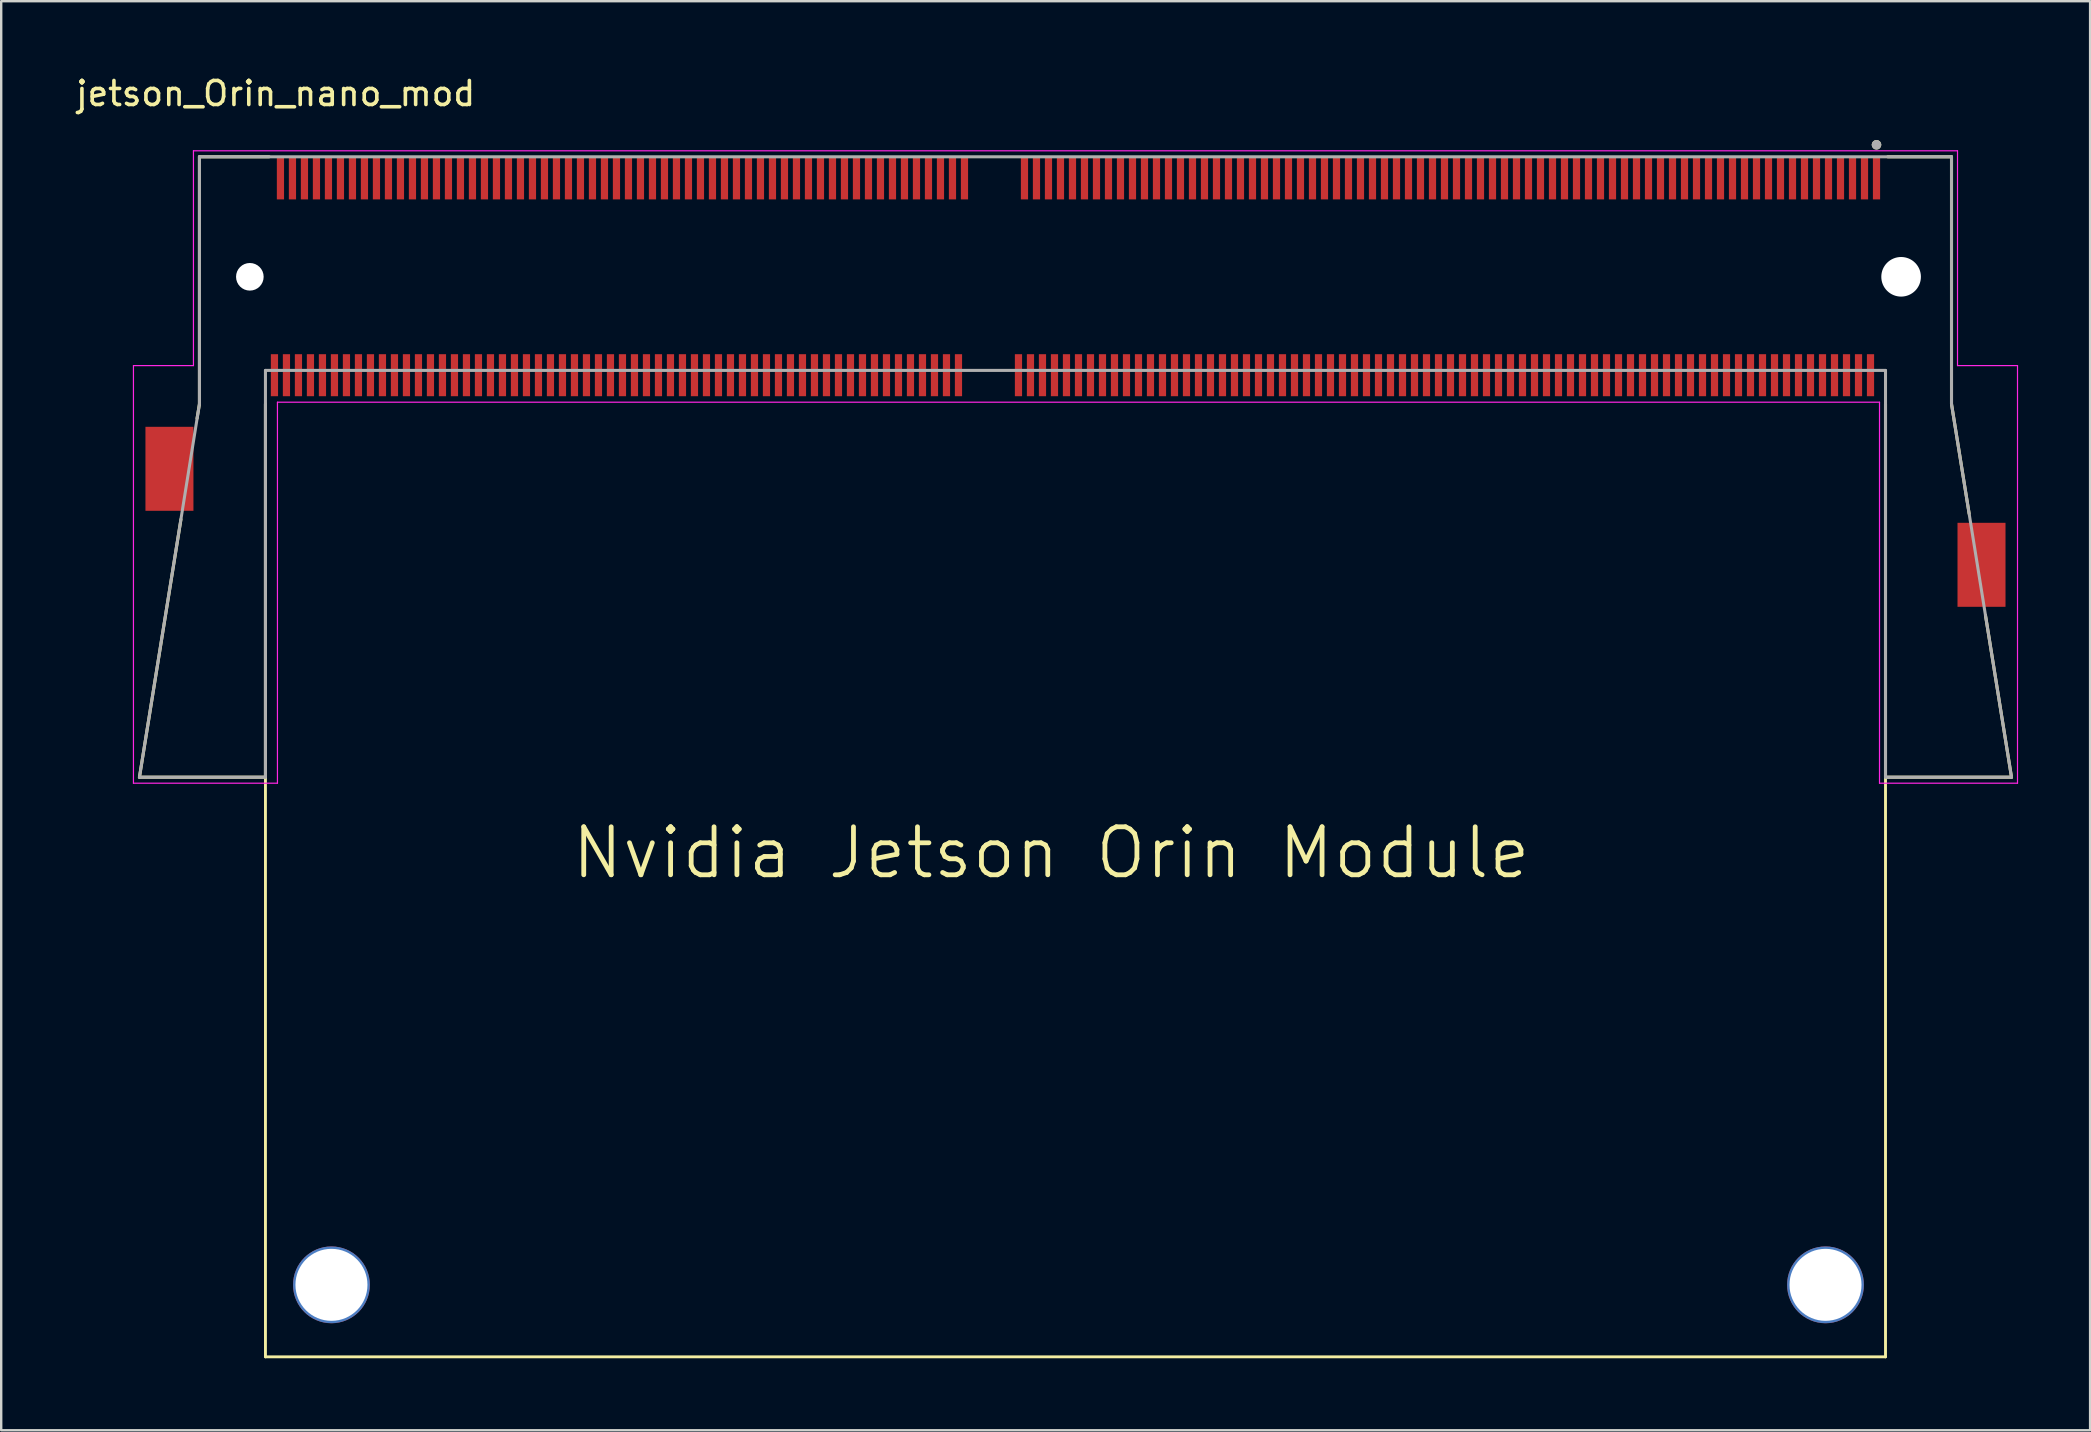
<source format=kicad_pcb>
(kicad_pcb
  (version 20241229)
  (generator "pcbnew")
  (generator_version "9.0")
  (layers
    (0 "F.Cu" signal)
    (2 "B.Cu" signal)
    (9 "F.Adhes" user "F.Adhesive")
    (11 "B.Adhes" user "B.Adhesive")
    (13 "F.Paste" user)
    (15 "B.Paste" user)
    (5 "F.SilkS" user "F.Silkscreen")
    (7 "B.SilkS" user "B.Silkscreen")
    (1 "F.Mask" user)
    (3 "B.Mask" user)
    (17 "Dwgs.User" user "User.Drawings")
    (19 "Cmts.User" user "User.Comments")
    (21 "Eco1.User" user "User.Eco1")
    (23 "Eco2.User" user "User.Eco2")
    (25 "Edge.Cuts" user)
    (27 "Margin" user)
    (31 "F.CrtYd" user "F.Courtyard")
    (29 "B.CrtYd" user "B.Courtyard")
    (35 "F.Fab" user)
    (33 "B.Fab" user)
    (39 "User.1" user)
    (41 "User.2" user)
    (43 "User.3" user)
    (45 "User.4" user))
  (footprint "jetson_Orin_nano_mod"
    (layer "F.Cu")
    (at 38.26 8.483)
    (property "Reference" "jetson_Orin_nano_mod" (at -29.825 -7.635 180) (layer "F.SilkS") (effects (font (size 1 1) (thickness 0.15))))
    (attr smd)
    (fp_line (start -35.5 20.85) (end -33.77 10.105) (stroke (width 0.127) (type solid)) (layer "F.SilkS"))
    (fp_line (start -35.5 20.85) (end -30.25 20.85) (stroke (width 0.127) (type solid)) (layer "F.SilkS"))
    (fp_line (start -33 -5) (end -33 5.3) (stroke (width 0.127) (type solid)) (layer "F.SilkS"))
    (fp_line (start -33 5.3) (end -33.1 5.9) (stroke (width 0.127) (type solid)) (layer "F.SilkS"))
    (fp_line (start -30.25 5.3) (end -30.25 45) (stroke (width 0.12) (type solid)) (layer "F.SilkS"))
    (fp_line (start -30.25 20.85) (end -30.25 5.3) (stroke (width 0.127) (type solid)) (layer "F.SilkS"))
    (fp_line (start -30.25 45) (end 37.25 45) (stroke (width 0.12) (type solid)) (layer "F.SilkS"))
    (fp_line (start -30.095 -5) (end -33 -5) (stroke (width 0.127) (type solid)) (layer "F.SilkS"))
    (fp_line (start 37.25 5.3) (end 37.25 20.85) (stroke (width 0.127) (type solid)) (layer "F.SilkS"))
    (fp_line (start 37.25 20.85) (end 42.5 20.85) (stroke (width 0.127) (type solid)) (layer "F.SilkS"))
    (fp_line (start 37.25 45) (end 37.25 5.3) (stroke (width 0.12) (type solid)) (layer "F.SilkS"))
    (fp_line (start 40 -5) (end 37.345 -5) (stroke (width 0.127) (type solid)) (layer "F.SilkS"))
    (fp_line (start 40 5.3) (end 40 -5) (stroke (width 0.127) (type solid)) (layer "F.SilkS"))
    (fp_line (start 40 5.3) (end 40.735 9.87) (stroke (width 0.127) (type solid)) (layer "F.SilkS"))
    (fp_line (start 42.5 20.85) (end 41.415 14.1) (stroke (width 0.127) (type solid)) (layer "F.SilkS"))
    (fp_circle (center 36.875 -5.5) (end 36.975 -5.5) (stroke (width 0.2) (type solid)) (fill no) (layer "F.SilkS"))
    (fp_line (start -35.75 3.7) (end -33.25 3.7) (stroke (width 0.05) (type solid)) (layer "F.CrtYd"))
    (fp_line (start -35.75 21.1) (end -35.75 3.7) (stroke (width 0.05) (type solid)) (layer "F.CrtYd"))
    (fp_line (start -33.25 -5.25) (end 40.25 -5.25) (stroke (width 0.05) (type solid)) (layer "F.CrtYd"))
    (fp_line (start -33.25 3.7) (end -33.25 -5.25) (stroke (width 0.05) (type solid)) (layer "F.CrtYd"))
    (fp_line (start -29.75 5.225) (end -29.75 21.1) (stroke (width 0.05) (type solid)) (layer "F.CrtYd"))
    (fp_line (start -29.75 21.1) (end -35.75 21.1) (stroke (width 0.05) (type solid)) (layer "F.CrtYd"))
    (fp_line (start 37 5.225) (end -29.75 5.225) (stroke (width 0.05) (type solid)) (layer "F.CrtYd"))
    (fp_line (start 37 21.1) (end 37 5.225) (stroke (width 0.05) (type solid)) (layer "F.CrtYd"))
    (fp_line (start 40.25 -5.25) (end 40.25 3.7) (stroke (width 0.05) (type solid)) (layer "F.CrtYd"))
    (fp_line (start 40.25 3.7) (end 42.75 3.7) (stroke (width 0.05) (type solid)) (layer "F.CrtYd"))
    (fp_line (start 42.75 3.7) (end 42.75 21.1) (stroke (width 0.05) (type solid)) (layer "F.CrtYd"))
    (fp_line (start 42.75 21.1) (end 37 21.1) (stroke (width 0.05) (type solid)) (layer "F.CrtYd"))
    (fp_line (start -35.5 20.85) (end -30.25 20.85) (stroke (width 0.127) (type solid)) (layer "F.Fab"))
    (fp_line (start -33 -5) (end -33 5.3) (stroke (width 0.127) (type solid)) (layer "F.Fab"))
    (fp_line (start -33 5.3) (end -35.5 20.85) (stroke (width 0.127) (type solid)) (layer "F.Fab"))
    (fp_line (start -30.25 3.9) (end 37.25 3.9) (stroke (width 0.127) (type solid)) (layer "F.Fab"))
    (fp_line (start -30.25 20.85) (end -30.25 3.9) (stroke (width 0.127) (type solid)) (layer "F.Fab"))
    (fp_line (start 37.25 3.9) (end 37.25 20.85) (stroke (width 0.127) (type solid)) (layer "F.Fab"))
    (fp_line (start 37.25 20.85) (end 42.5 20.85) (stroke (width 0.127) (type solid)) (layer "F.Fab"))
    (fp_line (start 40 -5) (end -33 -5) (stroke (width 0.127) (type solid)) (layer "F.Fab"))
    (fp_line (start 40 5.3) (end 40 -5) (stroke (width 0.127) (type solid)) (layer "F.Fab"))
    (fp_line (start 42.5 20.85) (end 40 5.3) (stroke (width 0.127) (type solid)) (layer "F.Fab"))
    (fp_circle (center 36.875 -5.5) (end 36.975 -5.5) (stroke (width 0.2) (type solid)) (fill no) (layer "F.Fab"))
    (fp_text user "Nvidia Jetson Orin Module " (at 3.25 24 0) (unlocked yes) (layer "F.SilkS") (effects (font (size 2 2) (thickness 0.2))))
    (pad "" np_thru_hole circle (at -30.9 0) (size 1.15 1.15) (drill 1.15) (layers "*.Cu" "*.Mask"))
    (pad "" thru_hole circle (at -27.5 42) (size 3.2 3.2) (drill 3) (layers "*.Cu" "*.Mask"))
    (pad "" thru_hole circle (at 34.75 42) (size 3.2 3.2) (drill 3) (layers "*.Cu" "*.Mask"))
    (pad "" np_thru_hole circle (at 37.9 0) (size 1.65 1.65) (drill 1.65) (layers "*.Cu" "*.Mask"))
    (pad "1" smd rect (at 36.875 -4.1 90) (size 1.75 0.3) (layers "F.Cu" "F.Mask" "F.Paste"))
    (pad "2" smd rect (at 36.625 4.1 90) (size 1.75 0.3) (layers "F.Cu" "F.Mask" "F.Paste"))
    (pad "3" smd rect (at 36.375 -4.1 90) (size 1.75 0.3) (layers "F.Cu" "F.Mask" "F.Paste"))
    (pad "4" smd rect (at 36.125 4.1 90) (size 1.75 0.3) (layers "F.Cu" "F.Mask" "F.Paste"))
    (pad "5" smd rect (at 35.875 -4.1 90) (size 1.75 0.3) (layers "F.Cu" "F.Mask" "F.Paste"))
    (pad "6" smd rect (at 35.625 4.1 90) (size 1.75 0.3) (layers "F.Cu" "F.Mask" "F.Paste"))
    (pad "7" smd rect (at 35.375 -4.1 90) (size 1.75 0.3) (layers "F.Cu" "F.Mask" "F.Paste"))
    (pad "8" smd rect (at 35.125 4.1 90) (size 1.75 0.3) (layers "F.Cu" "F.Mask" "F.Paste"))
    (pad "9" smd rect (at 34.875 -4.1 90) (size 1.75 0.3) (layers "F.Cu" "F.Mask" "F.Paste"))
    (pad "10" smd rect (at 34.625 4.1 90) (size 1.75 0.3) (layers "F.Cu" "F.Mask" "F.Paste"))
    (pad "11" smd rect (at 34.375 -4.1 90) (size 1.75 0.3) (layers "F.Cu" "F.Mask" "F.Paste"))
    (pad "12" smd rect (at 34.125 4.1 90) (size 1.75 0.3) (layers "F.Cu" "F.Mask" "F.Paste"))
    (pad "13" smd rect (at 33.875 -4.1 90) (size 1.75 0.3) (layers "F.Cu" "F.Mask" "F.Paste"))
    (pad "14" smd rect (at 33.625 4.1 90) (size 1.75 0.3) (layers "F.Cu" "F.Mask" "F.Paste"))
    (pad "15" smd rect (at 33.375 -4.1 90) (size 1.75 0.3) (layers "F.Cu" "F.Mask" "F.Paste"))
    (pad "16" smd rect (at 33.125 4.1 90) (size 1.75 0.3) (layers "F.Cu" "F.Mask" "F.Paste"))
    (pad "17" smd rect (at 32.875 -4.1 90) (size 1.75 0.3) (layers "F.Cu" "F.Mask" "F.Paste"))
    (pad "18" smd rect (at 32.625 4.1 90) (size 1.75 0.3) (layers "F.Cu" "F.Mask" "F.Paste"))
    (pad "19" smd rect (at 32.375 -4.1 90) (size 1.75 0.3) (layers "F.Cu" "F.Mask" "F.Paste"))
    (pad "20" smd rect (at 32.125 4.1 90) (size 1.75 0.3) (layers "F.Cu" "F.Mask" "F.Paste"))
    (pad "21" smd rect (at 31.875 -4.1 90) (size 1.75 0.3) (layers "F.Cu" "F.Mask" "F.Paste"))
    (pad "22" smd rect (at 31.625 4.1 90) (size 1.75 0.3) (layers "F.Cu" "F.Mask" "F.Paste"))
    (pad "23" smd rect (at 31.375 -4.1 90) (size 1.75 0.3) (layers "F.Cu" "F.Mask" "F.Paste"))
    (pad "24" smd rect (at 31.125 4.1 90) (size 1.75 0.3) (layers "F.Cu" "F.Mask" "F.Paste"))
    (pad "25" smd rect (at 30.875 -4.1 90) (size 1.75 0.3) (layers "F.Cu" "F.Mask" "F.Paste"))
    (pad "26" smd rect (at 30.625 4.1 90) (size 1.75 0.3) (layers "F.Cu" "F.Mask" "F.Paste"))
    (pad "27" smd rect (at 30.375 -4.1 90) (size 1.75 0.3) (layers "F.Cu" "F.Mask" "F.Paste"))
    (pad "28" smd rect (at 30.125 4.1 90) (size 1.75 0.3) (layers "F.Cu" "F.Mask" "F.Paste"))
    (pad "29" smd rect (at 29.875 -4.1 90) (size 1.75 0.3) (layers "F.Cu" "F.Mask" "F.Paste"))
    (pad "30" smd rect (at 29.625 4.1 90) (size 1.75 0.3) (layers "F.Cu" "F.Mask" "F.Paste"))
    (pad "31" smd rect (at 29.375 -4.1 90) (size 1.75 0.3) (layers "F.Cu" "F.Mask" "F.Paste"))
    (pad "32" smd rect (at 29.125 4.1 90) (size 1.75 0.3) (layers "F.Cu" "F.Mask" "F.Paste"))
    (pad "33" smd rect (at 28.875 -4.1 90) (size 1.75 0.3) (layers "F.Cu" "F.Mask" "F.Paste"))
    (pad "34" smd rect (at 28.625 4.1 90) (size 1.75 0.3) (layers "F.Cu" "F.Mask" "F.Paste"))
    (pad "35" smd rect (at 28.375 -4.1 90) (size 1.75 0.3) (layers "F.Cu" "F.Mask" "F.Paste"))
    (pad "36" smd rect (at 28.125 4.1 90) (size 1.75 0.3) (layers "F.Cu" "F.Mask" "F.Paste"))
    (pad "37" smd rect (at 27.875 -4.1 90) (size 1.75 0.3) (layers "F.Cu" "F.Mask" "F.Paste"))
    (pad "38" smd rect (at 27.625 4.1 90) (size 1.75 0.3) (layers "F.Cu" "F.Mask" "F.Paste"))
    (pad "39" smd rect (at 27.375 -4.1 90) (size 1.75 0.3) (layers "F.Cu" "F.Mask" "F.Paste"))
    (pad "40" smd rect (at 27.125 4.1 90) (size 1.75 0.3) (layers "F.Cu" "F.Mask" "F.Paste"))
    (pad "41" smd rect (at 26.875 -4.1 90) (size 1.75 0.3) (layers "F.Cu" "F.Mask" "F.Paste"))
    (pad "42" smd rect (at 26.625 4.1 90) (size 1.75 0.3) (layers "F.Cu" "F.Mask" "F.Paste"))
    (pad "43" smd rect (at 26.375 -4.1 90) (size 1.75 0.3) (layers "F.Cu" "F.Mask" "F.Paste"))
    (pad "44" smd rect (at 26.125 4.1 90) (size 1.75 0.3) (layers "F.Cu" "F.Mask" "F.Paste"))
    (pad "45" smd rect (at 25.875 -4.1 90) (size 1.75 0.3) (layers "F.Cu" "F.Mask" "F.Paste"))
    (pad "46" smd rect (at 25.625 4.1 90) (size 1.75 0.3) (layers "F.Cu" "F.Mask" "F.Paste"))
    (pad "47" smd rect (at 25.375 -4.1 90) (size 1.75 0.3) (layers "F.Cu" "F.Mask" "F.Paste"))
    (pad "48" smd rect (at 25.125 4.1 90) (size 1.75 0.3) (layers "F.Cu" "F.Mask" "F.Paste"))
    (pad "49" smd rect (at 24.875 -4.1 90) (size 1.75 0.3) (layers "F.Cu" "F.Mask" "F.Paste"))
    (pad "50" smd rect (at 24.625 4.1 90) (size 1.75 0.3) (layers "F.Cu" "F.Mask" "F.Paste"))
    (pad "51" smd rect (at 24.375 -4.1 90) (size 1.75 0.3) (layers "F.Cu" "F.Mask" "F.Paste"))
    (pad "52" smd rect (at 24.125 4.1 90) (size 1.75 0.3) (layers "F.Cu" "F.Mask" "F.Paste"))
    (pad "53" smd rect (at 23.875 -4.1 90) (size 1.75 0.3) (layers "F.Cu" "F.Mask" "F.Paste"))
    (pad "54" smd rect (at 23.625 4.1 90) (size 1.75 0.3) (layers "F.Cu" "F.Mask" "F.Paste"))
    (pad "55" smd rect (at 23.375 -4.1 90) (size 1.75 0.3) (layers "F.Cu" "F.Mask" "F.Paste"))
    (pad "56" smd rect (at 23.125 4.1 90) (size 1.75 0.3) (layers "F.Cu" "F.Mask" "F.Paste"))
    (pad "57" smd rect (at 22.875 -4.1 90) (size 1.75 0.3) (layers "F.Cu" "F.Mask" "F.Paste"))
    (pad "58" smd rect (at 22.625 4.1 90) (size 1.75 0.3) (layers "F.Cu" "F.Mask" "F.Paste"))
    (pad "59" smd rect (at 22.375 -4.1 90) (size 1.75 0.3) (layers "F.Cu" "F.Mask" "F.Paste"))
    (pad "60" smd rect (at 22.125 4.1 90) (size 1.75 0.3) (layers "F.Cu" "F.Mask" "F.Paste"))
    (pad "61" smd rect (at 21.875 -4.1 90) (size 1.75 0.3) (layers "F.Cu" "F.Mask" "F.Paste"))
    (pad "62" smd rect (at 21.625 4.1 90) (size 1.75 0.3) (layers "F.Cu" "F.Mask" "F.Paste"))
    (pad "63" smd rect (at 21.375 -4.1 90) (size 1.75 0.3) (layers "F.Cu" "F.Mask" "F.Paste"))
    (pad "64" smd rect (at 21.125 4.1 90) (size 1.75 0.3) (layers "F.Cu" "F.Mask" "F.Paste"))
    (pad "65" smd rect (at 20.875 -4.1 90) (size 1.75 0.3) (layers "F.Cu" "F.Mask" "F.Paste"))
    (pad "66" smd rect (at 20.625 4.1 90) (size 1.75 0.3) (layers "F.Cu" "F.Mask" "F.Paste"))
    (pad "67" smd rect (at 20.375 -4.1 90) (size 1.75 0.3) (layers "F.Cu" "F.Mask" "F.Paste"))
    (pad "68" smd rect (at 20.125 4.1 90) (size 1.75 0.3) (layers "F.Cu" "F.Mask" "F.Paste"))
    (pad "69" smd rect (at 19.875 -4.1 90) (size 1.75 0.3) (layers "F.Cu" "F.Mask" "F.Paste"))
    (pad "70" smd rect (at 19.625 4.1 90) (size 1.75 0.3) (layers "F.Cu" "F.Mask" "F.Paste"))
    (pad "71" smd rect (at 19.375 -4.1 90) (size 1.75 0.3) (layers "F.Cu" "F.Mask" "F.Paste"))
    (pad "72" smd rect (at 19.125 4.1 90) (size 1.75 0.3) (layers "F.Cu" "F.Mask" "F.Paste"))
    (pad "73" smd rect (at 18.875 -4.1 90) (size 1.75 0.3) (layers "F.Cu" "F.Mask" "F.Paste"))
    (pad "74" smd rect (at 18.625 4.1 90) (size 1.75 0.3) (layers "F.Cu" "F.Mask" "F.Paste"))
    (pad "75" smd rect (at 18.375 -4.1 90) (size 1.75 0.3) (layers "F.Cu" "F.Mask" "F.Paste"))
    (pad "76" smd rect (at 18.125 4.1 90) (size 1.75 0.3) (layers "F.Cu" "F.Mask" "F.Paste"))
    (pad "77" smd rect (at 17.875 -4.1 90) (size 1.75 0.3) (layers "F.Cu" "F.Mask" "F.Paste"))
    (pad "78" smd rect (at 17.625 4.1 90) (size 1.75 0.3) (layers "F.Cu" "F.Mask" "F.Paste"))
    (pad "79" smd rect (at 17.375 -4.1 90) (size 1.75 0.3) (layers "F.Cu" "F.Mask" "F.Paste"))
    (pad "80" smd rect (at 17.125 4.1 90) (size 1.75 0.3) (layers "F.Cu" "F.Mask" "F.Paste"))
    (pad "81" smd rect (at 16.875 -4.1 90) (size 1.75 0.3) (layers "F.Cu" "F.Mask" "F.Paste"))
    (pad "82" smd rect (at 16.625 4.1 90) (size 1.75 0.3) (layers "F.Cu" "F.Mask" "F.Paste"))
    (pad "83" smd rect (at 16.375 -4.1 90) (size 1.75 0.3) (layers "F.Cu" "F.Mask" "F.Paste"))
    (pad "84" smd rect (at 16.125 4.1 90) (size 1.75 0.3) (layers "F.Cu" "F.Mask" "F.Paste"))
    (pad "85" smd rect (at 15.875 -4.1 90) (size 1.75 0.3) (layers "F.Cu" "F.Mask" "F.Paste"))
    (pad "86" smd rect (at 15.625 4.1 90) (size 1.75 0.3) (layers "F.Cu" "F.Mask" "F.Paste"))
    (pad "87" smd rect (at 15.375 -4.1 90) (size 1.75 0.3) (layers "F.Cu" "F.Mask" "F.Paste"))
    (pad "88" smd rect (at 15.125 4.1 90) (size 1.75 0.3) (layers "F.Cu" "F.Mask" "F.Paste"))
    (pad "89" smd rect (at 14.875 -4.1 90) (size 1.75 0.3) (layers "F.Cu" "F.Mask" "F.Paste"))
    (pad "90" smd rect (at 14.625 4.1 90) (size 1.75 0.3) (layers "F.Cu" "F.Mask" "F.Paste"))
    (pad "91" smd rect (at 14.375 -4.1 90) (size 1.75 0.3) (layers "F.Cu" "F.Mask" "F.Paste"))
    (pad "92" smd rect (at 14.125 4.1 90) (size 1.75 0.3) (layers "F.Cu" "F.Mask" "F.Paste"))
    (pad "93" smd rect (at 13.875 -4.1 90) (size 1.75 0.3) (layers "F.Cu" "F.Mask" "F.Paste"))
    (pad "94" smd rect (at 13.625 4.1 90) (size 1.75 0.3) (layers "F.Cu" "F.Mask" "F.Paste"))
    (pad "95" smd rect (at 13.375 -4.1 90) (size 1.75 0.3) (layers "F.Cu" "F.Mask" "F.Paste"))
    (pad "96" smd rect (at 13.125 4.1 90) (size 1.75 0.3) (layers "F.Cu" "F.Mask" "F.Paste"))
    (pad "97" smd rect (at 12.875 -4.1 90) (size 1.75 0.3) (layers "F.Cu" "F.Mask" "F.Paste"))
    (pad "98" smd rect (at 12.625 4.1 90) (size 1.75 0.3) (layers "F.Cu" "F.Mask" "F.Paste"))
    (pad "99" smd rect (at 12.375 -4.1 90) (size 1.75 0.3) (layers "F.Cu" "F.Mask" "F.Paste"))
    (pad "100" smd rect (at 12.125 4.1 90) (size 1.75 0.3) (layers "F.Cu" "F.Mask" "F.Paste"))
    (pad "101" smd rect (at 11.875 -4.1 90) (size 1.75 0.3) (layers "F.Cu" "F.Mask" "F.Paste"))
    (pad "102" smd rect (at 11.625 4.1 90) (size 1.75 0.3) (layers "F.Cu" "F.Mask" "F.Paste"))
    (pad "103" smd rect (at 11.375 -4.1 90) (size 1.75 0.3) (layers "F.Cu" "F.Mask" "F.Paste"))
    (pad "104" smd rect (at 11.125 4.1 90) (size 1.75 0.3) (layers "F.Cu" "F.Mask" "F.Paste"))
    (pad "105" smd rect (at 10.875 -4.1 90) (size 1.75 0.3) (layers "F.Cu" "F.Mask" "F.Paste"))
    (pad "106" smd rect (at 10.625 4.1 90) (size 1.75 0.3) (layers "F.Cu" "F.Mask" "F.Paste"))
    (pad "107" smd rect (at 10.375 -4.1 90) (size 1.75 0.3) (layers "F.Cu" "F.Mask" "F.Paste"))
    (pad "108" smd rect (at 10.125 4.1 90) (size 1.75 0.3) (layers "F.Cu" "F.Mask" "F.Paste"))
    (pad "109" smd rect (at 9.875 -4.1 90) (size 1.75 0.3) (layers "F.Cu" "F.Mask" "F.Paste"))
    (pad "110" smd rect (at 9.625 4.1 90) (size 1.75 0.3) (layers "F.Cu" "F.Mask" "F.Paste"))
    (pad "111" smd rect (at 9.375 -4.1 90) (size 1.75 0.3) (layers "F.Cu" "F.Mask" "F.Paste"))
    (pad "112" smd rect (at 9.125 4.1 90) (size 1.75 0.3) (layers "F.Cu" "F.Mask" "F.Paste"))
    (pad "113" smd rect (at 8.875 -4.1 90) (size 1.75 0.3) (layers "F.Cu" "F.Mask" "F.Paste"))
    (pad "114" smd rect (at 8.625 4.1 90) (size 1.75 0.3) (layers "F.Cu" "F.Mask" "F.Paste"))
    (pad "115" smd rect (at 8.375 -4.1 90) (size 1.75 0.3) (layers "F.Cu" "F.Mask" "F.Paste"))
    (pad "116" smd rect (at 8.125 4.1 90) (size 1.75 0.3) (layers "F.Cu" "F.Mask" "F.Paste"))
    (pad "117" smd rect (at 7.875 -4.1 90) (size 1.75 0.3) (layers "F.Cu" "F.Mask" "F.Paste"))
    (pad "118" smd rect (at 7.625 4.1 90) (size 1.75 0.3) (layers "F.Cu" "F.Mask" "F.Paste"))
    (pad "119" smd rect (at 7.375 -4.1 90) (size 1.75 0.3) (layers "F.Cu" "F.Mask" "F.Paste"))
    (pad "120" smd rect (at 7.125 4.1 90) (size 1.75 0.3) (layers "F.Cu" "F.Mask" "F.Paste"))
    (pad "121" smd rect (at 6.875 -4.1 90) (size 1.75 0.3) (layers "F.Cu" "F.Mask" "F.Paste"))
    (pad "122" smd rect (at 6.625 4.1 90) (size 1.75 0.3) (layers "F.Cu" "F.Mask" "F.Paste"))
    (pad "123" smd rect (at 6.375 -4.1 90) (size 1.75 0.3) (layers "F.Cu" "F.Mask" "F.Paste"))
    (pad "124" smd rect (at 6.125 4.1 90) (size 1.75 0.3) (layers "F.Cu" "F.Mask" "F.Paste"))
    (pad "125" smd rect (at 5.875 -4.1 90) (size 1.75 0.3) (layers "F.Cu" "F.Mask" "F.Paste"))
    (pad "126" smd rect (at 5.625 4.1 90) (size 1.75 0.3) (layers "F.Cu" "F.Mask" "F.Paste"))
    (pad "127" smd rect (at 5.375 -4.1 90) (size 1.75 0.3) (layers "F.Cu" "F.Mask" "F.Paste"))
    (pad "128" smd rect (at 5.125 4.1 90) (size 1.75 0.3) (layers "F.Cu" "F.Mask" "F.Paste"))
    (pad "129" smd rect (at 4.875 -4.1 90) (size 1.75 0.3) (layers "F.Cu" "F.Mask" "F.Paste"))
    (pad "130" smd rect (at 4.625 4.1 90) (size 1.75 0.3) (layers "F.Cu" "F.Mask" "F.Paste"))
    (pad "131" smd rect (at 4.375 -4.1 90) (size 1.75 0.3) (layers "F.Cu" "F.Mask" "F.Paste"))
    (pad "132" smd rect (at 4.125 4.1 90) (size 1.75 0.3) (layers "F.Cu" "F.Mask" "F.Paste"))
    (pad "133" smd rect (at 3.875 -4.1 90) (size 1.75 0.3) (layers "F.Cu" "F.Mask" "F.Paste"))
    (pad "134" smd rect (at 3.625 4.1 90) (size 1.75 0.3) (layers "F.Cu" "F.Mask" "F.Paste"))
    (pad "135" smd rect (at 3.375 -4.1 90) (size 1.75 0.3) (layers "F.Cu" "F.Mask" "F.Paste"))
    (pad "136" smd rect (at 3.125 4.1 90) (size 1.75 0.3) (layers "F.Cu" "F.Mask" "F.Paste"))
    (pad "137" smd rect (at 2.875 -4.1 90) (size 1.75 0.3) (layers "F.Cu" "F.Mask" "F.Paste"))
    (pad "138" smd rect (at 2.625 4.1 90) (size 1.75 0.3) (layers "F.Cu" "F.Mask" "F.Paste"))
    (pad "139" smd rect (at 2.375 -4.1 90) (size 1.75 0.3) (layers "F.Cu" "F.Mask" "F.Paste"))
    (pad "140" smd rect (at 2.125 4.1 90) (size 1.75 0.3) (layers "F.Cu" "F.Mask" "F.Paste"))
    (pad "141" smd rect (at 1.875 -4.1 90) (size 1.75 0.3) (layers "F.Cu" "F.Mask" "F.Paste"))
    (pad "142" smd rect (at 1.625 4.1 90) (size 1.75 0.3) (layers "F.Cu" "F.Mask" "F.Paste"))
    (pad "143" smd rect (at 1.375 -4.1 90) (size 1.75 0.3) (layers "F.Cu" "F.Mask" "F.Paste"))
    (pad "144" smd rect (at 1.125 4.1 90) (size 1.75 0.3) (layers "F.Cu" "F.Mask" "F.Paste"))
    (pad "145" smd rect (at -1.125 -4.1 90) (size 1.75 0.3) (layers "F.Cu" "F.Mask" "F.Paste"))
    (pad "146" smd rect (at -1.375 4.1 90) (size 1.75 0.3) (layers "F.Cu" "F.Mask" "F.Paste"))
    (pad "147" smd rect (at -1.625 -4.1 90) (size 1.75 0.3) (layers "F.Cu" "F.Mask" "F.Paste"))
    (pad "148" smd rect (at -1.875 4.1 90) (size 1.75 0.3) (layers "F.Cu" "F.Mask" "F.Paste"))
    (pad "149" smd rect (at -2.125 -4.1 90) (size 1.75 0.3) (layers "F.Cu" "F.Mask" "F.Paste"))
    (pad "150" smd rect (at -2.375 4.1 90) (size 1.75 0.3) (layers "F.Cu" "F.Mask" "F.Paste"))
    (pad "151" smd rect (at -2.625 -4.1 90) (size 1.75 0.3) (layers "F.Cu" "F.Mask" "F.Paste"))
    (pad "152" smd rect (at -2.875 4.1 90) (size 1.75 0.3) (layers "F.Cu" "F.Mask" "F.Paste"))
    (pad "153" smd rect (at -3.125 -4.1 90) (size 1.75 0.3) (layers "F.Cu" "F.Mask" "F.Paste"))
    (pad "154" smd rect (at -3.375 4.1 90) (size 1.75 0.3) (layers "F.Cu" "F.Mask" "F.Paste"))
    (pad "155" smd rect (at -3.625 -4.1 90) (size 1.75 0.3) (layers "F.Cu" "F.Mask" "F.Paste"))
    (pad "156" smd rect (at -3.875 4.1 90) (size 1.75 0.3) (layers "F.Cu" "F.Mask" "F.Paste"))
    (pad "157" smd rect (at -4.125 -4.1 90) (size 1.75 0.3) (layers "F.Cu" "F.Mask" "F.Paste"))
    (pad "158" smd rect (at -4.375 4.1 90) (size 1.75 0.3) (layers "F.Cu" "F.Mask" "F.Paste"))
    (pad "159" smd rect (at -4.625 -4.1 90) (size 1.75 0.3) (layers "F.Cu" "F.Mask" "F.Paste"))
    (pad "160" smd rect (at -4.875 4.1 90) (size 1.75 0.3) (layers "F.Cu" "F.Mask" "F.Paste"))
    (pad "161" smd rect (at -5.125 -4.1 90) (size 1.75 0.3) (layers "F.Cu" "F.Mask" "F.Paste"))
    (pad "162" smd rect (at -5.375 4.1 90) (size 1.75 0.3) (layers "F.Cu" "F.Mask" "F.Paste"))
    (pad "163" smd rect (at -5.625 -4.1 90) (size 1.75 0.3) (layers "F.Cu" "F.Mask" "F.Paste"))
    (pad "164" smd rect (at -5.875 4.1 90) (size 1.75 0.3) (layers "F.Cu" "F.Mask" "F.Paste"))
    (pad "165" smd rect (at -6.125 -4.1 90) (size 1.75 0.3) (layers "F.Cu" "F.Mask" "F.Paste"))
    (pad "166" smd rect (at -6.375 4.1 90) (size 1.75 0.3) (layers "F.Cu" "F.Mask" "F.Paste"))
    (pad "167" smd rect (at -6.625 -4.1 90) (size 1.75 0.3) (layers "F.Cu" "F.Mask" "F.Paste"))
    (pad "168" smd rect (at -6.875 4.1 90) (size 1.75 0.3) (layers "F.Cu" "F.Mask" "F.Paste"))
    (pad "169" smd rect (at -7.125 -4.1 90) (size 1.75 0.3) (layers "F.Cu" "F.Mask" "F.Paste"))
    (pad "170" smd rect (at -7.375 4.1 90) (size 1.75 0.3) (layers "F.Cu" "F.Mask" "F.Paste"))
    (pad "171" smd rect (at -7.625 -4.1 90) (size 1.75 0.3) (layers "F.Cu" "F.Mask" "F.Paste"))
    (pad "172" smd rect (at -7.875 4.1 90) (size 1.75 0.3) (layers "F.Cu" "F.Mask" "F.Paste"))
    (pad "173" smd rect (at -8.125 -4.1 90) (size 1.75 0.3) (layers "F.Cu" "F.Mask" "F.Paste"))
    (pad "174" smd rect (at -8.375 4.1 90) (size 1.75 0.3) (layers "F.Cu" "F.Mask" "F.Paste"))
    (pad "175" smd rect (at -8.625 -4.1 90) (size 1.75 0.3) (layers "F.Cu" "F.Mask" "F.Paste"))
    (pad "176" smd rect (at -8.875 4.1 90) (size 1.75 0.3) (layers "F.Cu" "F.Mask" "F.Paste"))
    (pad "177" smd rect (at -9.125 -4.1 90) (size 1.75 0.3) (layers "F.Cu" "F.Mask" "F.Paste"))
    (pad "178" smd rect (at -9.375 4.1 90) (size 1.75 0.3) (layers "F.Cu" "F.Mask" "F.Paste"))
    (pad "179" smd rect (at -9.625 -4.1 90) (size 1.75 0.3) (layers "F.Cu" "F.Mask" "F.Paste"))
    (pad "180" smd rect (at -9.875 4.1 90) (size 1.75 0.3) (layers "F.Cu" "F.Mask" "F.Paste"))
    (pad "181" smd rect (at -10.125 -4.1 90) (size 1.75 0.3) (layers "F.Cu" "F.Mask" "F.Paste"))
    (pad "182" smd rect (at -10.375 4.1 90) (size 1.75 0.3) (layers "F.Cu" "F.Mask" "F.Paste"))
    (pad "183" smd rect (at -10.625 -4.1 90) (size 1.75 0.3) (layers "F.Cu" "F.Mask" "F.Paste"))
    (pad "184" smd rect (at -10.875 4.1 90) (size 1.75 0.3) (layers "F.Cu" "F.Mask" "F.Paste"))
    (pad "185" smd rect (at -11.125 -4.1 90) (size 1.75 0.3) (layers "F.Cu" "F.Mask" "F.Paste"))
    (pad "186" smd rect (at -11.375 4.1 90) (size 1.75 0.3) (layers "F.Cu" "F.Mask" "F.Paste"))
    (pad "187" smd rect (at -11.625 -4.1 90) (size 1.75 0.3) (layers "F.Cu" "F.Mask" "F.Paste"))
    (pad "188" smd rect (at -11.875 4.1 90) (size 1.75 0.3) (layers "F.Cu" "F.Mask" "F.Paste"))
    (pad "189" smd rect (at -12.125 -4.1 90) (size 1.75 0.3) (layers "F.Cu" "F.Mask" "F.Paste"))
    (pad "190" smd rect (at -12.375 4.1 90) (size 1.75 0.3) (layers "F.Cu" "F.Mask" "F.Paste"))
    (pad "191" smd rect (at -12.625 -4.1 90) (size 1.75 0.3) (layers "F.Cu" "F.Mask" "F.Paste"))
    (pad "192" smd rect (at -12.875 4.1 90) (size 1.75 0.3) (layers "F.Cu" "F.Mask" "F.Paste"))
    (pad "193" smd rect (at -13.125 -4.1 90) (size 1.75 0.3) (layers "F.Cu" "F.Mask" "F.Paste"))
    (pad "194" smd rect (at -13.375 4.1 90) (size 1.75 0.3) (layers "F.Cu" "F.Mask" "F.Paste"))
    (pad "195" smd rect (at -13.625 -4.1 90) (size 1.75 0.3) (layers "F.Cu" "F.Mask" "F.Paste"))
    (pad "196" smd rect (at -13.875 4.1 90) (size 1.75 0.3) (layers "F.Cu" "F.Mask" "F.Paste"))
    (pad "197" smd rect (at -14.125 -4.1 90) (size 1.75 0.3) (layers "F.Cu" "F.Mask" "F.Paste"))
    (pad "198" smd rect (at -14.375 4.1 90) (size 1.75 0.3) (layers "F.Cu" "F.Mask" "F.Paste"))
    (pad "199" smd rect (at -14.625 -4.1 90) (size 1.75 0.3) (layers "F.Cu" "F.Mask" "F.Paste"))
    (pad "200" smd rect (at -14.875 4.1 90) (size 1.75 0.3) (layers "F.Cu" "F.Mask" "F.Paste"))
    (pad "201" smd rect (at -15.125 -4.1 90) (size 1.75 0.3) (layers "F.Cu" "F.Mask" "F.Paste"))
    (pad "202" smd rect (at -15.375 4.1 90) (size 1.75 0.3) (layers "F.Cu" "F.Mask" "F.Paste"))
    (pad "203" smd rect (at -15.625 -4.1 90) (size 1.75 0.3) (layers "F.Cu" "F.Mask" "F.Paste"))
    (pad "204" smd rect (at -15.875 4.1 90) (size 1.75 0.3) (layers "F.Cu" "F.Mask" "F.Paste"))
    (pad "205" smd rect (at -16.125 -4.1 90) (size 1.75 0.3) (layers "F.Cu" "F.Mask" "F.Paste"))
    (pad "206" smd rect (at -16.375 4.1 90) (size 1.75 0.3) (layers "F.Cu" "F.Mask" "F.Paste"))
    (pad "207" smd rect (at -16.625 -4.1 90) (size 1.75 0.3) (layers "F.Cu" "F.Mask" "F.Paste"))
    (pad "208" smd rect (at -16.875 4.1 90) (size 1.75 0.3) (layers "F.Cu" "F.Mask" "F.Paste"))
    (pad "209" smd rect (at -17.125 -4.1 90) (size 1.75 0.3) (layers "F.Cu" "F.Mask" "F.Paste"))
    (pad "210" smd rect (at -17.375 4.1 90) (size 1.75 0.3) (layers "F.Cu" "F.Mask" "F.Paste"))
    (pad "211" smd rect (at -17.625 -4.1 90) (size 1.75 0.3) (layers "F.Cu" "F.Mask" "F.Paste"))
    (pad "212" smd rect (at -17.875 4.1 90) (size 1.75 0.3) (layers "F.Cu" "F.Mask" "F.Paste"))
    (pad "213" smd rect (at -18.125 -4.1 90) (size 1.75 0.3) (layers "F.Cu" "F.Mask" "F.Paste"))
    (pad "214" smd rect (at -18.375 4.1 90) (size 1.75 0.3) (layers "F.Cu" "F.Mask" "F.Paste"))
    (pad "215" smd rect (at -18.625 -4.1 90) (size 1.75 0.3) (layers "F.Cu" "F.Mask" "F.Paste"))
    (pad "216" smd rect (at -18.875 4.1 90) (size 1.75 0.3) (layers "F.Cu" "F.Mask" "F.Paste"))
    (pad "217" smd rect (at -19.125 -4.1 90) (size 1.75 0.3) (layers "F.Cu" "F.Mask" "F.Paste"))
    (pad "218" smd rect (at -19.375 4.1 90) (size 1.75 0.3) (layers "F.Cu" "F.Mask" "F.Paste"))
    (pad "219" smd rect (at -19.625 -4.1 90) (size 1.75 0.3) (layers "F.Cu" "F.Mask" "F.Paste"))
    (pad "220" smd rect (at -19.875 4.1 90) (size 1.75 0.3) (layers "F.Cu" "F.Mask" "F.Paste"))
    (pad "221" smd rect (at -20.125 -4.1 90) (size 1.75 0.3) (layers "F.Cu" "F.Mask" "F.Paste"))
    (pad "222" smd rect (at -20.375 4.1 90) (size 1.75 0.3) (layers "F.Cu" "F.Mask" "F.Paste"))
    (pad "223" smd rect (at -20.625 -4.1 90) (size 1.75 0.3) (layers "F.Cu" "F.Mask" "F.Paste"))
    (pad "224" smd rect (at -20.875 4.1 90) (size 1.75 0.3) (layers "F.Cu" "F.Mask" "F.Paste"))
    (pad "225" smd rect (at -21.125 -4.1 90) (size 1.75 0.3) (layers "F.Cu" "F.Mask" "F.Paste"))
    (pad "226" smd rect (at -21.375 4.1 90) (size 1.75 0.3) (layers "F.Cu" "F.Mask" "F.Paste"))
    (pad "227" smd rect (at -21.625 -4.1 90) (size 1.75 0.3) (layers "F.Cu" "F.Mask" "F.Paste"))
    (pad "228" smd rect (at -21.875 4.1 90) (size 1.75 0.3) (layers "F.Cu" "F.Mask" "F.Paste"))
    (pad "229" smd rect (at -22.125 -4.1 90) (size 1.75 0.3) (layers "F.Cu" "F.Mask" "F.Paste"))
    (pad "230" smd rect (at -22.375 4.1 90) (size 1.75 0.3) (layers "F.Cu" "F.Mask" "F.Paste"))
    (pad "231" smd rect (at -22.625 -4.1 90) (size 1.75 0.3) (layers "F.Cu" "F.Mask" "F.Paste"))
    (pad "232" smd rect (at -22.875 4.1 90) (size 1.75 0.3) (layers "F.Cu" "F.Mask" "F.Paste"))
    (pad "233" smd rect (at -23.125 -4.1 90) (size 1.75 0.3) (layers "F.Cu" "F.Mask" "F.Paste"))
    (pad "234" smd rect (at -23.375 4.1 90) (size 1.75 0.3) (layers "F.Cu" "F.Mask" "F.Paste"))
    (pad "235" smd rect (at -23.625 -4.1 90) (size 1.75 0.3) (layers "F.Cu" "F.Mask" "F.Paste"))
    (pad "236" smd rect (at -23.875 4.1 90) (size 1.75 0.3) (layers "F.Cu" "F.Mask" "F.Paste"))
    (pad "237" smd rect (at -24.125 -4.1 90) (size 1.75 0.3) (layers "F.Cu" "F.Mask" "F.Paste"))
    (pad "238" smd rect (at -24.375 4.1 90) (size 1.75 0.3) (layers "F.Cu" "F.Mask" "F.Paste"))
    (pad "239" smd rect (at -24.625 -4.1 90) (size 1.75 0.3) (layers "F.Cu" "F.Mask" "F.Paste"))
    (pad "240" smd rect (at -24.875 4.1 90) (size 1.75 0.3) (layers "F.Cu" "F.Mask" "F.Paste"))
    (pad "241" smd rect (at -25.125 -4.1 90) (size 1.75 0.3) (layers "F.Cu" "F.Mask" "F.Paste"))
    (pad "242" smd rect (at -25.375 4.1 90) (size 1.75 0.3) (layers "F.Cu" "F.Mask" "F.Paste"))
    (pad "243" smd rect (at -25.625 -4.1 90) (size 1.75 0.3) (layers "F.Cu" "F.Mask" "F.Paste"))
    (pad "244" smd rect (at -25.875 4.1 90) (size 1.75 0.3) (layers "F.Cu" "F.Mask" "F.Paste"))
    (pad "245" smd rect (at -26.125 -4.1 90) (size 1.75 0.3) (layers "F.Cu" "F.Mask" "F.Paste"))
    (pad "246" smd rect (at -26.375 4.1 90) (size 1.75 0.3) (layers "F.Cu" "F.Mask" "F.Paste"))
    (pad "247" smd rect (at -26.625 -4.1 90) (size 1.75 0.3) (layers "F.Cu" "F.Mask" "F.Paste"))
    (pad "248" smd rect (at -26.875 4.1 90) (size 1.75 0.3) (layers "F.Cu" "F.Mask" "F.Paste"))
    (pad "249" smd rect (at -27.125 -4.1 90) (size 1.75 0.3) (layers "F.Cu" "F.Mask" "F.Paste"))
    (pad "250" smd rect (at -27.375 4.1 90) (size 1.75 0.3) (layers "F.Cu" "F.Mask" "F.Paste"))
    (pad "251" smd rect (at -27.625 -4.1 90) (size 1.75 0.3) (layers "F.Cu" "F.Mask" "F.Paste"))
    (pad "252" smd rect (at -27.875 4.1 90) (size 1.75 0.3) (layers "F.Cu" "F.Mask" "F.Paste"))
    (pad "253" smd rect (at -28.125 -4.1 90) (size 1.75 0.3) (layers "F.Cu" "F.Mask" "F.Paste"))
    (pad "254" smd rect (at -28.375 4.1 90) (size 1.75 0.3) (layers "F.Cu" "F.Mask" "F.Paste"))
    (pad "255" smd rect (at -28.625 -4.1 90) (size 1.75 0.3) (layers "F.Cu" "F.Mask" "F.Paste"))
    (pad "256" smd rect (at -28.875 4.1 90) (size 1.75 0.3) (layers "F.Cu" "F.Mask" "F.Paste"))
    (pad "257" smd rect (at -29.125 -4.1 90) (size 1.75 0.3) (layers "F.Cu" "F.Mask" "F.Paste"))
    (pad "258" smd rect (at -29.375 4.1 90) (size 1.75 0.3) (layers "F.Cu" "F.Mask" "F.Paste"))
    (pad "259" smd rect (at -29.625 -4.1 90) (size 1.75 0.3) (layers "F.Cu" "F.Mask" "F.Paste"))
    (pad "260" smd rect (at -29.875 4.1 90) (size 1.75 0.3) (layers "F.Cu" "F.Mask" "F.Paste"))
    (pad "S1" smd rect (at 41.25 12 180) (size 2 3.5) (layers "F.Cu" "F.Mask" "F.Paste"))
    (pad "S2" smd rect (at -34.25 8 180) (size 2 3.5) (layers "F.Cu" "F.Mask" "F.Paste")))
  (gr_rect
    (start -3 -3)
    (end 84.035 56.543)
    (stroke (width 0.1) (type default))
    (fill no)
    (layer "Edge.Cuts")))
</source>
